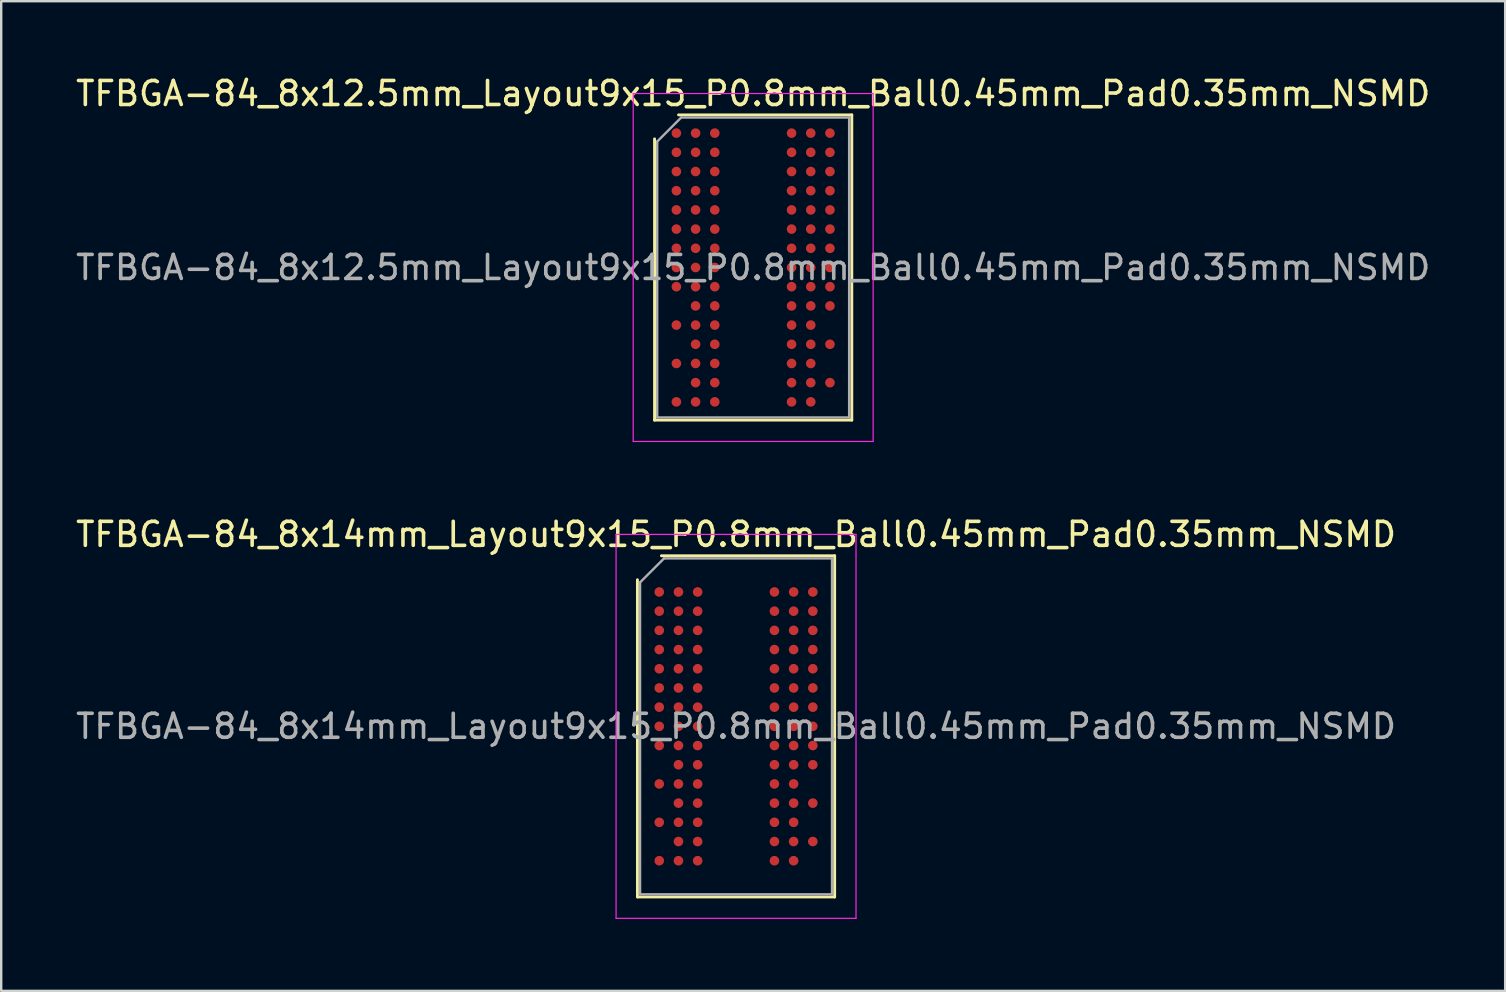
<source format=kicad_pcb>
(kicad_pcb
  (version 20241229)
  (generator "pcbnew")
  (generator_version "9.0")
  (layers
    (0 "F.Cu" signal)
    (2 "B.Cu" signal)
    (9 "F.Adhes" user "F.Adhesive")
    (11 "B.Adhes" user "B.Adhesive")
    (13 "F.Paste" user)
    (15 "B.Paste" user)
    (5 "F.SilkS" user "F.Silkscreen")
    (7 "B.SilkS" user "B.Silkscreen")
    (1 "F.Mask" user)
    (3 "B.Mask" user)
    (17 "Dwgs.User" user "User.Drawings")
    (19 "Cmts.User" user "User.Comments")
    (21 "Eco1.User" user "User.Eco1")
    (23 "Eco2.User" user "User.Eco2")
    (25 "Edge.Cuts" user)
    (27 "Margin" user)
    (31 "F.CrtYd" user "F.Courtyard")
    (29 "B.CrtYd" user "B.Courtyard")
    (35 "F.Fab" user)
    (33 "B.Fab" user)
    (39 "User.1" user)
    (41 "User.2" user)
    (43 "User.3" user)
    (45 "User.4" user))
  (footprint "TFBGA-84_8x12.5mm_Layout9x15_P0.8mm_Ball0.45mm_Pad0.35mm_NSMD"
    (layer "F.Cu")
    (at 28.339 8.098)
    (property "Reference" "TFBGA-84_8x12.5mm_Layout9x15_P0.8mm_Ball0.45mm_Pad0.35mm_NSMD" (at 0 -7.25 0) (layer "F.SilkS") (effects (font (size 1 1) (thickness 0.15))))
    (attr smd)
    (fp_line (start -4.11 6.36) (end -4.11 -5.36) (stroke (width 0.12) (type solid)) (layer "F.SilkS"))
    (fp_line (start -3.11 -6.36) (end 4.11 -6.36) (stroke (width 0.12) (type solid)) (layer "F.SilkS"))
    (fp_line (start 4.11 -6.36) (end 4.11 6.36) (stroke (width 0.12) (type solid)) (layer "F.SilkS"))
    (fp_line (start 4.11 6.36) (end -4.11 6.36) (stroke (width 0.12) (type solid)) (layer "F.SilkS"))
    (fp_line (start -5 -7.25) (end -5 7.25) (stroke (width 0.05) (type solid)) (layer "F.CrtYd"))
    (fp_line (start -5 7.25) (end 5 7.25) (stroke (width 0.05) (type solid)) (layer "F.CrtYd"))
    (fp_line (start 5 -7.25) (end -5 -7.25) (stroke (width 0.05) (type solid)) (layer "F.CrtYd"))
    (fp_line (start 5 7.25) (end 5 -7.25) (stroke (width 0.05) (type solid)) (layer "F.CrtYd"))
    (fp_line (start -4 -5.25) (end -3 -6.25) (stroke (width 0.1) (type solid)) (layer "F.Fab"))
    (fp_line (start -4 6.25) (end -4 -5.25) (stroke (width 0.1) (type solid)) (layer "F.Fab"))
    (fp_line (start -3 -6.25) (end 4 -6.25) (stroke (width 0.1) (type solid)) (layer "F.Fab"))
    (fp_line (start 4 -6.25) (end 4 6.25) (stroke (width 0.1) (type solid)) (layer "F.Fab"))
    (fp_line (start 4 6.25) (end -4 6.25) (stroke (width 0.1) (type solid)) (layer "F.Fab"))
    (fp_text user "${REFERENCE}" (at 0 0 0) (layer "F.Fab") (effects (font (size 1 1) (thickness 0.15))))
    (pad "A1" smd circle (at -3.2 -5.6) (size 0.4 0.4) (layers "F.Cu" "F.Mask" "F.Paste"))
    (pad "A2" smd circle (at -2.4 -5.6) (size 0.4 0.4) (layers "F.Cu" "F.Mask" "F.Paste"))
    (pad "A3" smd circle (at -1.6 -5.6) (size 0.4 0.4) (layers "F.Cu" "F.Mask" "F.Paste"))
    (pad "A7" smd circle (at 1.6 -5.6) (size 0.4 0.4) (layers "F.Cu" "F.Mask" "F.Paste"))
    (pad "A8" smd circle (at 2.4 -5.6) (size 0.4 0.4) (layers "F.Cu" "F.Mask" "F.Paste"))
    (pad "A9" smd circle (at 3.2 -5.6) (size 0.4 0.4) (layers "F.Cu" "F.Mask" "F.Paste"))
    (pad "B1" smd circle (at -3.2 -4.8) (size 0.4 0.4) (layers "F.Cu" "F.Mask" "F.Paste"))
    (pad "B2" smd circle (at -2.4 -4.8) (size 0.4 0.4) (layers "F.Cu" "F.Mask" "F.Paste"))
    (pad "B3" smd circle (at -1.6 -4.8) (size 0.4 0.4) (layers "F.Cu" "F.Mask" "F.Paste"))
    (pad "B7" smd circle (at 1.6 -4.8) (size 0.4 0.4) (layers "F.Cu" "F.Mask" "F.Paste"))
    (pad "B8" smd circle (at 2.4 -4.8) (size 0.4 0.4) (layers "F.Cu" "F.Mask" "F.Paste"))
    (pad "B9" smd circle (at 3.2 -4.8) (size 0.4 0.4) (layers "F.Cu" "F.Mask" "F.Paste"))
    (pad "C1" smd circle (at -3.2 -4) (size 0.4 0.4) (layers "F.Cu" "F.Mask" "F.Paste"))
    (pad "C2" smd circle (at -2.4 -4) (size 0.4 0.4) (layers "F.Cu" "F.Mask" "F.Paste"))
    (pad "C3" smd circle (at -1.6 -4) (size 0.4 0.4) (layers "F.Cu" "F.Mask" "F.Paste"))
    (pad "C7" smd circle (at 1.6 -4) (size 0.4 0.4) (layers "F.Cu" "F.Mask" "F.Paste"))
    (pad "C8" smd circle (at 2.4 -4) (size 0.4 0.4) (layers "F.Cu" "F.Mask" "F.Paste"))
    (pad "C9" smd circle (at 3.2 -4) (size 0.4 0.4) (layers "F.Cu" "F.Mask" "F.Paste"))
    (pad "D1" smd circle (at -3.2 -3.2) (size 0.4 0.4) (layers "F.Cu" "F.Mask" "F.Paste"))
    (pad "D2" smd circle (at -2.4 -3.2) (size 0.4 0.4) (layers "F.Cu" "F.Mask" "F.Paste"))
    (pad "D3" smd circle (at -1.6 -3.2) (size 0.4 0.4) (layers "F.Cu" "F.Mask" "F.Paste"))
    (pad "D7" smd circle (at 1.6 -3.2) (size 0.4 0.4) (layers "F.Cu" "F.Mask" "F.Paste"))
    (pad "D8" smd circle (at 2.4 -3.2) (size 0.4 0.4) (layers "F.Cu" "F.Mask" "F.Paste"))
    (pad "D9" smd circle (at 3.2 -3.2) (size 0.4 0.4) (layers "F.Cu" "F.Mask" "F.Paste"))
    (pad "E1" smd circle (at -3.2 -2.4) (size 0.4 0.4) (layers "F.Cu" "F.Mask" "F.Paste"))
    (pad "E2" smd circle (at -2.4 -2.4) (size 0.4 0.4) (layers "F.Cu" "F.Mask" "F.Paste"))
    (pad "E3" smd circle (at -1.6 -2.4) (size 0.4 0.4) (layers "F.Cu" "F.Mask" "F.Paste"))
    (pad "E7" smd circle (at 1.6 -2.4) (size 0.4 0.4) (layers "F.Cu" "F.Mask" "F.Paste"))
    (pad "E8" smd circle (at 2.4 -2.4) (size 0.4 0.4) (layers "F.Cu" "F.Mask" "F.Paste"))
    (pad "E9" smd circle (at 3.2 -2.4) (size 0.4 0.4) (layers "F.Cu" "F.Mask" "F.Paste"))
    (pad "F1" smd circle (at -3.2 -1.6) (size 0.4 0.4) (layers "F.Cu" "F.Mask" "F.Paste"))
    (pad "F2" smd circle (at -2.4 -1.6) (size 0.4 0.4) (layers "F.Cu" "F.Mask" "F.Paste"))
    (pad "F3" smd circle (at -1.6 -1.6) (size 0.4 0.4) (layers "F.Cu" "F.Mask" "F.Paste"))
    (pad "F7" smd circle (at 1.6 -1.6) (size 0.4 0.4) (layers "F.Cu" "F.Mask" "F.Paste"))
    (pad "F8" smd circle (at 2.4 -1.6) (size 0.4 0.4) (layers "F.Cu" "F.Mask" "F.Paste"))
    (pad "F9" smd circle (at 3.2 -1.6) (size 0.4 0.4) (layers "F.Cu" "F.Mask" "F.Paste"))
    (pad "G1" smd circle (at -3.2 -0.8) (size 0.4 0.4) (layers "F.Cu" "F.Mask" "F.Paste"))
    (pad "G2" smd circle (at -2.4 -0.8) (size 0.4 0.4) (layers "F.Cu" "F.Mask" "F.Paste"))
    (pad "G3" smd circle (at -1.6 -0.8) (size 0.4 0.4) (layers "F.Cu" "F.Mask" "F.Paste"))
    (pad "G7" smd circle (at 1.6 -0.8) (size 0.4 0.4) (layers "F.Cu" "F.Mask" "F.Paste"))
    (pad "G8" smd circle (at 2.4 -0.8) (size 0.4 0.4) (layers "F.Cu" "F.Mask" "F.Paste"))
    (pad "G9" smd circle (at 3.2 -0.8) (size 0.4 0.4) (layers "F.Cu" "F.Mask" "F.Paste"))
    (pad "H1" smd circle (at -3.2 0) (size 0.4 0.4) (layers "F.Cu" "F.Mask" "F.Paste"))
    (pad "H2" smd circle (at -2.4 0) (size 0.4 0.4) (layers "F.Cu" "F.Mask" "F.Paste"))
    (pad "H3" smd circle (at -1.6 0) (size 0.4 0.4) (layers "F.Cu" "F.Mask" "F.Paste"))
    (pad "H7" smd circle (at 1.6 0) (size 0.4 0.4) (layers "F.Cu" "F.Mask" "F.Paste"))
    (pad "H8" smd circle (at 2.4 0) (size 0.4 0.4) (layers "F.Cu" "F.Mask" "F.Paste"))
    (pad "H9" smd circle (at 3.2 0) (size 0.4 0.4) (layers "F.Cu" "F.Mask" "F.Paste"))
    (pad "J1" smd circle (at -3.2 0.8) (size 0.4 0.4) (layers "F.Cu" "F.Mask" "F.Paste"))
    (pad "J2" smd circle (at -2.4 0.8) (size 0.4 0.4) (layers "F.Cu" "F.Mask" "F.Paste"))
    (pad "J3" smd circle (at -1.6 0.8) (size 0.4 0.4) (layers "F.Cu" "F.Mask" "F.Paste"))
    (pad "J7" smd circle (at 1.6 0.8) (size 0.4 0.4) (layers "F.Cu" "F.Mask" "F.Paste"))
    (pad "J8" smd circle (at 2.4 0.8) (size 0.4 0.4) (layers "F.Cu" "F.Mask" "F.Paste"))
    (pad "J9" smd circle (at 3.2 0.8) (size 0.4 0.4) (layers "F.Cu" "F.Mask" "F.Paste"))
    (pad "K2" smd circle (at -2.4 1.6) (size 0.4 0.4) (layers "F.Cu" "F.Mask" "F.Paste"))
    (pad "K3" smd circle (at -1.6 1.6) (size 0.4 0.4) (layers "F.Cu" "F.Mask" "F.Paste"))
    (pad "K7" smd circle (at 1.6 1.6) (size 0.4 0.4) (layers "F.Cu" "F.Mask" "F.Paste"))
    (pad "K8" smd circle (at 2.4 1.6) (size 0.4 0.4) (layers "F.Cu" "F.Mask" "F.Paste"))
    (pad "K9" smd circle (at 3.2 1.6) (size 0.4 0.4) (layers "F.Cu" "F.Mask" "F.Paste"))
    (pad "L1" smd circle (at -3.2 2.4) (size 0.4 0.4) (layers "F.Cu" "F.Mask" "F.Paste"))
    (pad "L2" smd circle (at -2.4 2.4) (size 0.4 0.4) (layers "F.Cu" "F.Mask" "F.Paste"))
    (pad "L3" smd circle (at -1.6 2.4) (size 0.4 0.4) (layers "F.Cu" "F.Mask" "F.Paste"))
    (pad "L7" smd circle (at 1.6 2.4) (size 0.4 0.4) (layers "F.Cu" "F.Mask" "F.Paste"))
    (pad "L8" smd circle (at 2.4 2.4) (size 0.4 0.4) (layers "F.Cu" "F.Mask" "F.Paste"))
    (pad "M2" smd circle (at -2.4 3.2) (size 0.4 0.4) (layers "F.Cu" "F.Mask" "F.Paste"))
    (pad "M3" smd circle (at -1.6 3.2) (size 0.4 0.4) (layers "F.Cu" "F.Mask" "F.Paste"))
    (pad "M7" smd circle (at 1.6 3.2) (size 0.4 0.4) (layers "F.Cu" "F.Mask" "F.Paste"))
    (pad "M8" smd circle (at 2.4 3.2) (size 0.4 0.4) (layers "F.Cu" "F.Mask" "F.Paste"))
    (pad "M9" smd circle (at 3.2 3.2) (size 0.4 0.4) (layers "F.Cu" "F.Mask" "F.Paste"))
    (pad "N1" smd circle (at -3.2 4) (size 0.4 0.4) (layers "F.Cu" "F.Mask" "F.Paste"))
    (pad "N2" smd circle (at -2.4 4) (size 0.4 0.4) (layers "F.Cu" "F.Mask" "F.Paste"))
    (pad "N3" smd circle (at -1.6 4) (size 0.4 0.4) (layers "F.Cu" "F.Mask" "F.Paste"))
    (pad "N7" smd circle (at 1.6 4) (size 0.4 0.4) (layers "F.Cu" "F.Mask" "F.Paste"))
    (pad "N8" smd circle (at 2.4 4) (size 0.4 0.4) (layers "F.Cu" "F.Mask" "F.Paste"))
    (pad "P2" smd circle (at -2.4 4.8) (size 0.4 0.4) (layers "F.Cu" "F.Mask" "F.Paste"))
    (pad "P3" smd circle (at -1.6 4.8) (size 0.4 0.4) (layers "F.Cu" "F.Mask" "F.Paste"))
    (pad "P7" smd circle (at 1.6 4.8) (size 0.4 0.4) (layers "F.Cu" "F.Mask" "F.Paste"))
    (pad "P8" smd circle (at 2.4 4.8) (size 0.4 0.4) (layers "F.Cu" "F.Mask" "F.Paste"))
    (pad "P9" smd circle (at 3.2 4.8) (size 0.4 0.4) (layers "F.Cu" "F.Mask" "F.Paste"))
    (pad "R1" smd circle (at -3.2 5.6) (size 0.4 0.4) (layers "F.Cu" "F.Mask" "F.Paste"))
    (pad "R2" smd circle (at -2.4 5.6) (size 0.4 0.4) (layers "F.Cu" "F.Mask" "F.Paste"))
    (pad "R3" smd circle (at -1.6 5.6) (size 0.4 0.4) (layers "F.Cu" "F.Mask" "F.Paste"))
    (pad "R7" smd circle (at 1.6 5.6) (size 0.4 0.4) (layers "F.Cu" "F.Mask" "F.Paste"))
    (pad "R8" smd circle (at 2.4 5.6) (size 0.4 0.4) (layers "F.Cu" "F.Mask" "F.Paste")))
  (footprint "TFBGA-84_8x14mm_Layout9x15_P0.8mm_Ball0.45mm_Pad0.35mm_NSMD"
    (layer "F.Cu")
    (at 27.625 27.221)
    (property "Reference" "TFBGA-84_8x14mm_Layout9x15_P0.8mm_Ball0.45mm_Pad0.35mm_NSMD" (at 0 -8 0) (layer "F.SilkS") (effects (font (size 1 1) (thickness 0.15))))
    (attr smd)
    (fp_line (start -4.11 7.11) (end -4.11 -6.11) (stroke (width 0.12) (type solid)) (layer "F.SilkS"))
    (fp_line (start -3.11 -7.11) (end 4.11 -7.11) (stroke (width 0.12) (type solid)) (layer "F.SilkS"))
    (fp_line (start 4.11 -7.11) (end 4.11 7.11) (stroke (width 0.12) (type solid)) (layer "F.SilkS"))
    (fp_line (start 4.11 7.11) (end -4.11 7.11) (stroke (width 0.12) (type solid)) (layer "F.SilkS"))
    (fp_line (start -5 -8) (end -5 8) (stroke (width 0.05) (type solid)) (layer "F.CrtYd"))
    (fp_line (start -5 8) (end 5 8) (stroke (width 0.05) (type solid)) (layer "F.CrtYd"))
    (fp_line (start 5 -8) (end -5 -8) (stroke (width 0.05) (type solid)) (layer "F.CrtYd"))
    (fp_line (start 5 8) (end 5 -8) (stroke (width 0.05) (type solid)) (layer "F.CrtYd"))
    (fp_line (start -4 -6) (end -3 -7) (stroke (width 0.1) (type solid)) (layer "F.Fab"))
    (fp_line (start -4 7) (end -4 -6) (stroke (width 0.1) (type solid)) (layer "F.Fab"))
    (fp_line (start -3 -7) (end 4 -7) (stroke (width 0.1) (type solid)) (layer "F.Fab"))
    (fp_line (start 4 -7) (end 4 7) (stroke (width 0.1) (type solid)) (layer "F.Fab"))
    (fp_line (start 4 7) (end -4 7) (stroke (width 0.1) (type solid)) (layer "F.Fab"))
    (fp_text user "${REFERENCE}" (at 0 0 0) (layer "F.Fab") (effects (font (size 1 1) (thickness 0.15))))
    (pad "A1" smd circle (at -3.2 -5.6) (size 0.4 0.4) (layers "F.Cu" "F.Mask" "F.Paste"))
    (pad "A2" smd circle (at -2.4 -5.6) (size 0.4 0.4) (layers "F.Cu" "F.Mask" "F.Paste"))
    (pad "A3" smd circle (at -1.6 -5.6) (size 0.4 0.4) (layers "F.Cu" "F.Mask" "F.Paste"))
    (pad "A7" smd circle (at 1.6 -5.6) (size 0.4 0.4) (layers "F.Cu" "F.Mask" "F.Paste"))
    (pad "A8" smd circle (at 2.4 -5.6) (size 0.4 0.4) (layers "F.Cu" "F.Mask" "F.Paste"))
    (pad "A9" smd circle (at 3.2 -5.6) (size 0.4 0.4) (layers "F.Cu" "F.Mask" "F.Paste"))
    (pad "B1" smd circle (at -3.2 -4.8) (size 0.4 0.4) (layers "F.Cu" "F.Mask" "F.Paste"))
    (pad "B2" smd circle (at -2.4 -4.8) (size 0.4 0.4) (layers "F.Cu" "F.Mask" "F.Paste"))
    (pad "B3" smd circle (at -1.6 -4.8) (size 0.4 0.4) (layers "F.Cu" "F.Mask" "F.Paste"))
    (pad "B7" smd circle (at 1.6 -4.8) (size 0.4 0.4) (layers "F.Cu" "F.Mask" "F.Paste"))
    (pad "B8" smd circle (at 2.4 -4.8) (size 0.4 0.4) (layers "F.Cu" "F.Mask" "F.Paste"))
    (pad "B9" smd circle (at 3.2 -4.8) (size 0.4 0.4) (layers "F.Cu" "F.Mask" "F.Paste"))
    (pad "C1" smd circle (at -3.2 -4) (size 0.4 0.4) (layers "F.Cu" "F.Mask" "F.Paste"))
    (pad "C2" smd circle (at -2.4 -4) (size 0.4 0.4) (layers "F.Cu" "F.Mask" "F.Paste"))
    (pad "C3" smd circle (at -1.6 -4) (size 0.4 0.4) (layers "F.Cu" "F.Mask" "F.Paste"))
    (pad "C7" smd circle (at 1.6 -4) (size 0.4 0.4) (layers "F.Cu" "F.Mask" "F.Paste"))
    (pad "C8" smd circle (at 2.4 -4) (size 0.4 0.4) (layers "F.Cu" "F.Mask" "F.Paste"))
    (pad "C9" smd circle (at 3.2 -4) (size 0.4 0.4) (layers "F.Cu" "F.Mask" "F.Paste"))
    (pad "D1" smd circle (at -3.2 -3.2) (size 0.4 0.4) (layers "F.Cu" "F.Mask" "F.Paste"))
    (pad "D2" smd circle (at -2.4 -3.2) (size 0.4 0.4) (layers "F.Cu" "F.Mask" "F.Paste"))
    (pad "D3" smd circle (at -1.6 -3.2) (size 0.4 0.4) (layers "F.Cu" "F.Mask" "F.Paste"))
    (pad "D7" smd circle (at 1.6 -3.2) (size 0.4 0.4) (layers "F.Cu" "F.Mask" "F.Paste"))
    (pad "D8" smd circle (at 2.4 -3.2) (size 0.4 0.4) (layers "F.Cu" "F.Mask" "F.Paste"))
    (pad "D9" smd circle (at 3.2 -3.2) (size 0.4 0.4) (layers "F.Cu" "F.Mask" "F.Paste"))
    (pad "E1" smd circle (at -3.2 -2.4) (size 0.4 0.4) (layers "F.Cu" "F.Mask" "F.Paste"))
    (pad "E2" smd circle (at -2.4 -2.4) (size 0.4 0.4) (layers "F.Cu" "F.Mask" "F.Paste"))
    (pad "E3" smd circle (at -1.6 -2.4) (size 0.4 0.4) (layers "F.Cu" "F.Mask" "F.Paste"))
    (pad "E7" smd circle (at 1.6 -2.4) (size 0.4 0.4) (layers "F.Cu" "F.Mask" "F.Paste"))
    (pad "E8" smd circle (at 2.4 -2.4) (size 0.4 0.4) (layers "F.Cu" "F.Mask" "F.Paste"))
    (pad "E9" smd circle (at 3.2 -2.4) (size 0.4 0.4) (layers "F.Cu" "F.Mask" "F.Paste"))
    (pad "F1" smd circle (at -3.2 -1.6) (size 0.4 0.4) (layers "F.Cu" "F.Mask" "F.Paste"))
    (pad "F2" smd circle (at -2.4 -1.6) (size 0.4 0.4) (layers "F.Cu" "F.Mask" "F.Paste"))
    (pad "F3" smd circle (at -1.6 -1.6) (size 0.4 0.4) (layers "F.Cu" "F.Mask" "F.Paste"))
    (pad "F7" smd circle (at 1.6 -1.6) (size 0.4 0.4) (layers "F.Cu" "F.Mask" "F.Paste"))
    (pad "F8" smd circle (at 2.4 -1.6) (size 0.4 0.4) (layers "F.Cu" "F.Mask" "F.Paste"))
    (pad "F9" smd circle (at 3.2 -1.6) (size 0.4 0.4) (layers "F.Cu" "F.Mask" "F.Paste"))
    (pad "G1" smd circle (at -3.2 -0.8) (size 0.4 0.4) (layers "F.Cu" "F.Mask" "F.Paste"))
    (pad "G2" smd circle (at -2.4 -0.8) (size 0.4 0.4) (layers "F.Cu" "F.Mask" "F.Paste"))
    (pad "G3" smd circle (at -1.6 -0.8) (size 0.4 0.4) (layers "F.Cu" "F.Mask" "F.Paste"))
    (pad "G7" smd circle (at 1.6 -0.8) (size 0.4 0.4) (layers "F.Cu" "F.Mask" "F.Paste"))
    (pad "G8" smd circle (at 2.4 -0.8) (size 0.4 0.4) (layers "F.Cu" "F.Mask" "F.Paste"))
    (pad "G9" smd circle (at 3.2 -0.8) (size 0.4 0.4) (layers "F.Cu" "F.Mask" "F.Paste"))
    (pad "H1" smd circle (at -3.2 0) (size 0.4 0.4) (layers "F.Cu" "F.Mask" "F.Paste"))
    (pad "H2" smd circle (at -2.4 0) (size 0.4 0.4) (layers "F.Cu" "F.Mask" "F.Paste"))
    (pad "H3" smd circle (at -1.6 0) (size 0.4 0.4) (layers "F.Cu" "F.Mask" "F.Paste"))
    (pad "H7" smd circle (at 1.6 0) (size 0.4 0.4) (layers "F.Cu" "F.Mask" "F.Paste"))
    (pad "H8" smd circle (at 2.4 0) (size 0.4 0.4) (layers "F.Cu" "F.Mask" "F.Paste"))
    (pad "H9" smd circle (at 3.2 0) (size 0.4 0.4) (layers "F.Cu" "F.Mask" "F.Paste"))
    (pad "J1" smd circle (at -3.2 0.8) (size 0.4 0.4) (layers "F.Cu" "F.Mask" "F.Paste"))
    (pad "J2" smd circle (at -2.4 0.8) (size 0.4 0.4) (layers "F.Cu" "F.Mask" "F.Paste"))
    (pad "J3" smd circle (at -1.6 0.8) (size 0.4 0.4) (layers "F.Cu" "F.Mask" "F.Paste"))
    (pad "J7" smd circle (at 1.6 0.8) (size 0.4 0.4) (layers "F.Cu" "F.Mask" "F.Paste"))
    (pad "J8" smd circle (at 2.4 0.8) (size 0.4 0.4) (layers "F.Cu" "F.Mask" "F.Paste"))
    (pad "J9" smd circle (at 3.2 0.8) (size 0.4 0.4) (layers "F.Cu" "F.Mask" "F.Paste"))
    (pad "K2" smd circle (at -2.4 1.6) (size 0.4 0.4) (layers "F.Cu" "F.Mask" "F.Paste"))
    (pad "K3" smd circle (at -1.6 1.6) (size 0.4 0.4) (layers "F.Cu" "F.Mask" "F.Paste"))
    (pad "K7" smd circle (at 1.6 1.6) (size 0.4 0.4) (layers "F.Cu" "F.Mask" "F.Paste"))
    (pad "K8" smd circle (at 2.4 1.6) (size 0.4 0.4) (layers "F.Cu" "F.Mask" "F.Paste"))
    (pad "K9" smd circle (at 3.2 1.6) (size 0.4 0.4) (layers "F.Cu" "F.Mask" "F.Paste"))
    (pad "L1" smd circle (at -3.2 2.4) (size 0.4 0.4) (layers "F.Cu" "F.Mask" "F.Paste"))
    (pad "L2" smd circle (at -2.4 2.4) (size 0.4 0.4) (layers "F.Cu" "F.Mask" "F.Paste"))
    (pad "L3" smd circle (at -1.6 2.4) (size 0.4 0.4) (layers "F.Cu" "F.Mask" "F.Paste"))
    (pad "L7" smd circle (at 1.6 2.4) (size 0.4 0.4) (layers "F.Cu" "F.Mask" "F.Paste"))
    (pad "L8" smd circle (at 2.4 2.4) (size 0.4 0.4) (layers "F.Cu" "F.Mask" "F.Paste"))
    (pad "M2" smd circle (at -2.4 3.2) (size 0.4 0.4) (layers "F.Cu" "F.Mask" "F.Paste"))
    (pad "M3" smd circle (at -1.6 3.2) (size 0.4 0.4) (layers "F.Cu" "F.Mask" "F.Paste"))
    (pad "M7" smd circle (at 1.6 3.2) (size 0.4 0.4) (layers "F.Cu" "F.Mask" "F.Paste"))
    (pad "M8" smd circle (at 2.4 3.2) (size 0.4 0.4) (layers "F.Cu" "F.Mask" "F.Paste"))
    (pad "M9" smd circle (at 3.2 3.2) (size 0.4 0.4) (layers "F.Cu" "F.Mask" "F.Paste"))
    (pad "N1" smd circle (at -3.2 4) (size 0.4 0.4) (layers "F.Cu" "F.Mask" "F.Paste"))
    (pad "N2" smd circle (at -2.4 4) (size 0.4 0.4) (layers "F.Cu" "F.Mask" "F.Paste"))
    (pad "N3" smd circle (at -1.6 4) (size 0.4 0.4) (layers "F.Cu" "F.Mask" "F.Paste"))
    (pad "N7" smd circle (at 1.6 4) (size 0.4 0.4) (layers "F.Cu" "F.Mask" "F.Paste"))
    (pad "N8" smd circle (at 2.4 4) (size 0.4 0.4) (layers "F.Cu" "F.Mask" "F.Paste"))
    (pad "P2" smd circle (at -2.4 4.8) (size 0.4 0.4) (layers "F.Cu" "F.Mask" "F.Paste"))
    (pad "P3" smd circle (at -1.6 4.8) (size 0.4 0.4) (layers "F.Cu" "F.Mask" "F.Paste"))
    (pad "P7" smd circle (at 1.6 4.8) (size 0.4 0.4) (layers "F.Cu" "F.Mask" "F.Paste"))
    (pad "P8" smd circle (at 2.4 4.8) (size 0.4 0.4) (layers "F.Cu" "F.Mask" "F.Paste"))
    (pad "P9" smd circle (at 3.2 4.8) (size 0.4 0.4) (layers "F.Cu" "F.Mask" "F.Paste"))
    (pad "R1" smd circle (at -3.2 5.6) (size 0.4 0.4) (layers "F.Cu" "F.Mask" "F.Paste"))
    (pad "R2" smd circle (at -2.4 5.6) (size 0.4 0.4) (layers "F.Cu" "F.Mask" "F.Paste"))
    (pad "R3" smd circle (at -1.6 5.6) (size 0.4 0.4) (layers "F.Cu" "F.Mask" "F.Paste"))
    (pad "R7" smd circle (at 1.6 5.6) (size 0.4 0.4) (layers "F.Cu" "F.Mask" "F.Paste"))
    (pad "R8" smd circle (at 2.4 5.6) (size 0.4 0.4) (layers "F.Cu" "F.Mask" "F.Paste")))
  (gr_rect
    (start -3 -3)
    (end 59.679 38.246)
    (stroke (width 0.1) (type default))
    (fill no)
    (layer "Edge.Cuts")))
</source>
